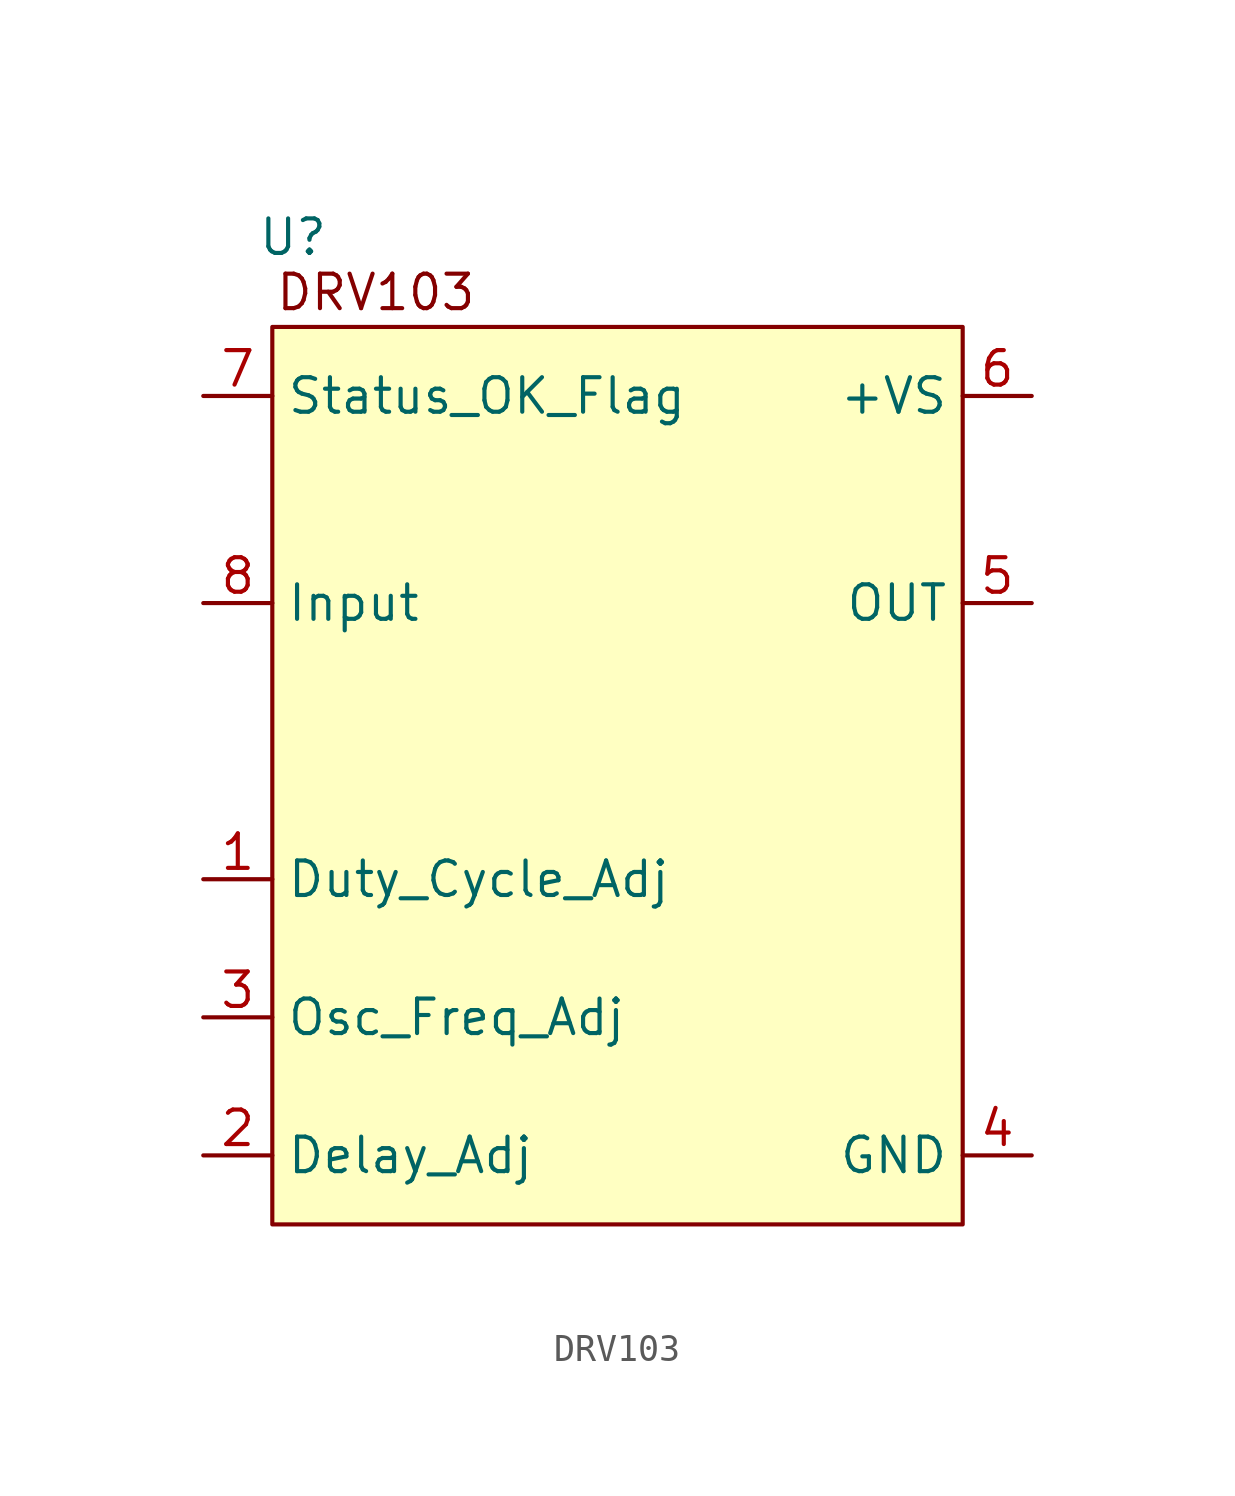
<source format=kicad_sym>
(kicad_symbol_lib
  (version 20241209)
  (generator "kicad_symbol_editor")
  (generator_version "9.0")
  (symbol "DRV103"
    (property "Reference" "U"
      (at -11.938 3.302 0)
      (effects (font (size 1.27 1.27))))
    (property "Value" ""
      (at 0 0 0)
      (effects (font (size 1.27 1.27))))
    (symbol "DRV103_1_1"
      (rectangle (start -12.7 0) (end 12.7 -33.02) (stroke (width 0) (type default)) (fill (type background)))
      (text "DRV103" (at -8.89 1.27 0) (effects (font (size 1.27 1.27))))
      (pin output line (at -15.24 -2.54 0) (length 2.54) (name "Status_OK_Flag" (effects (font (size 1.27 1.27)))) (number "7" (effects (font (size 1.27 1.27)))))
      (pin input line (at -15.24 -10.16 0) (length 2.54) (name "Input" (effects (font (size 1.27 1.27)))) (number "8" (effects (font (size 1.27 1.27)))))
      (pin input line (at -15.24 -20.32 0) (length 2.54) (name "Duty_Cycle_Adj" (effects (font (size 1.27 1.27)))) (number "1" (effects (font (size 1.27 1.27)))))
      (pin input line (at -15.24 -25.4 0) (length 2.54) (name "Osc_Freq_Adj" (effects (font (size 1.27 1.27)))) (number "3" (effects (font (size 1.27 1.27)))))
      (pin input line (at -15.24 -30.48 0) (length 2.54) (name "Delay_Adj" (effects (font (size 1.27 1.27)))) (number "2" (effects (font (size 1.27 1.27)))))
      (pin power_in line (at 15.24 -2.54 180) (length 2.54) (name "+VS" (effects (font (size 1.27 1.27)))) (number "6" (effects (font (size 1.27 1.27)))))
      (pin open_collector line (at 15.24 -10.16 180) (length 2.54) (name "OUT" (effects (font (size 1.27 1.27)))) (number "5" (effects (font (size 1.27 1.27)))))
      (pin power_in line (at 15.24 -30.48 180) (length 2.54) (name "GND" (effects (font (size 1.27 1.27)))) (number "4" (effects (font (size 1.27 1.27))))))))
</source>
